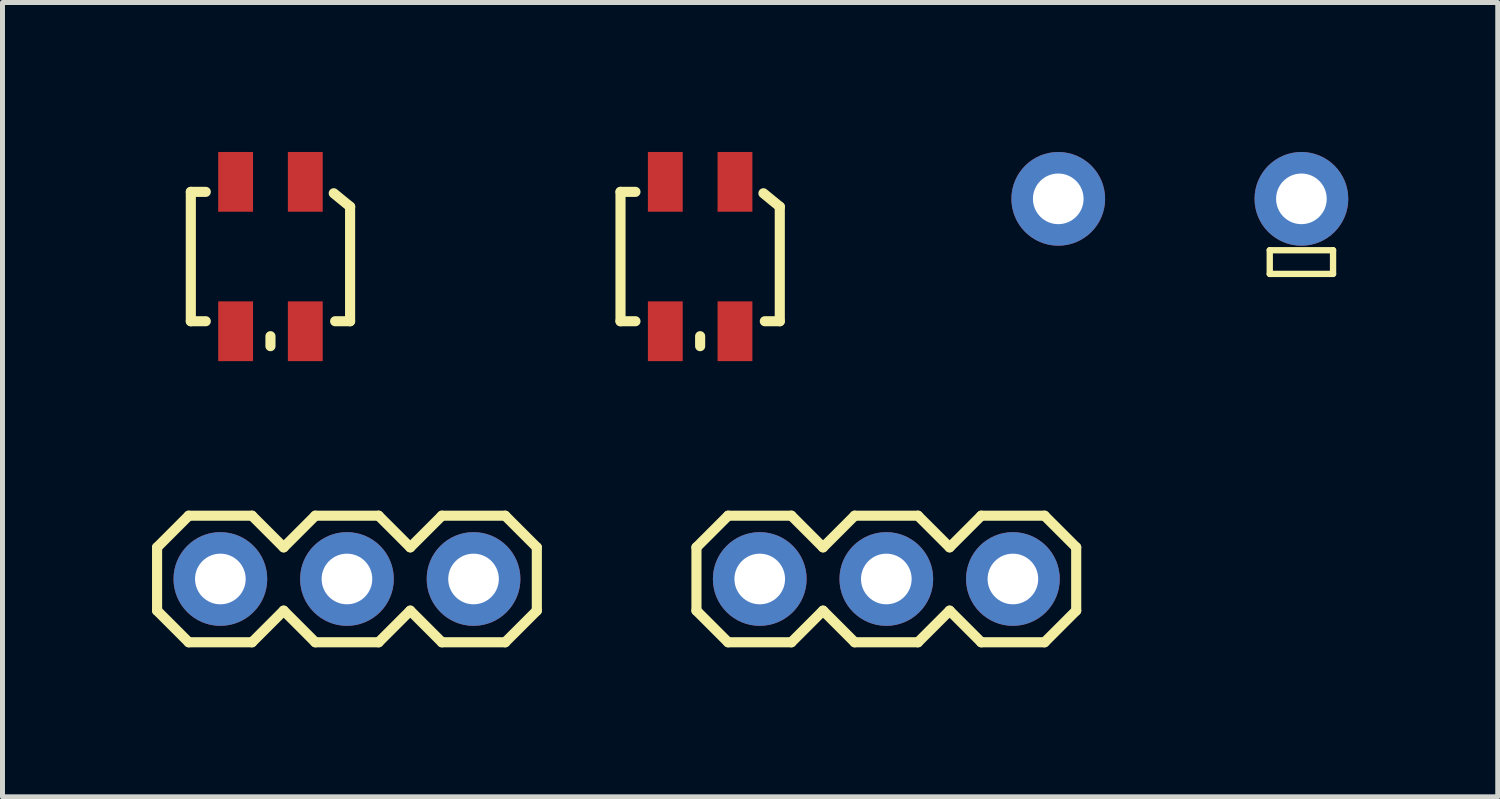
<source format=kicad_pcb>
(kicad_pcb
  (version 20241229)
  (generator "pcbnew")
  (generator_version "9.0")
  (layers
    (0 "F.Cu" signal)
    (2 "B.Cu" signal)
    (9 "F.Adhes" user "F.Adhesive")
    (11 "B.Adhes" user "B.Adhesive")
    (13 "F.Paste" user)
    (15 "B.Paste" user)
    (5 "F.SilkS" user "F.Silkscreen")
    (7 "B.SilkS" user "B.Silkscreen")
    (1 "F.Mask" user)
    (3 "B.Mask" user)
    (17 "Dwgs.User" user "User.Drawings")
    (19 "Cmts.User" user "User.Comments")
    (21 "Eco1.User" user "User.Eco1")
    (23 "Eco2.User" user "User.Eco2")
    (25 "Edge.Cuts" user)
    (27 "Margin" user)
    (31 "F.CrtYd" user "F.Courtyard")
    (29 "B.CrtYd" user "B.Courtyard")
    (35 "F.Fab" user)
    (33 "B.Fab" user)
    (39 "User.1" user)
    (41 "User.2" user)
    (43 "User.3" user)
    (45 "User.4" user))
  (footprint "M03_SILK_1SQ"
    (layer "F.Cu")
    (at 14.735 8.568)
    (property "Reference" "M03_SILK_1SQ" (at 0 0 0) (layer "Cmts.User") (effects (font (size 0.001 0.001) (thickness 0.000001))))
    (attr through_hole)
    (fp_line (start -3.81 -0.635) (end -3.81 0.635) (stroke (width 0.203) (type solid)) (layer "F.SilkS"))
    (fp_line (start -3.81 0.635) (end -3.175 1.27) (stroke (width 0.203) (type solid)) (layer "F.SilkS"))
    (fp_line (start -3.175 -1.27) (end -3.81 -0.635) (stroke (width 0.203) (type solid)) (layer "F.SilkS"))
    (fp_line (start -3.175 -1.27) (end -1.905 -1.27) (stroke (width 0.203) (type solid)) (layer "F.SilkS"))
    (fp_line (start -1.905 -1.27) (end -1.27 -0.635) (stroke (width 0.203) (type solid)) (layer "F.SilkS"))
    (fp_line (start -1.905 1.27) (end -3.175 1.27) (stroke (width 0.203) (type solid)) (layer "F.SilkS"))
    (fp_line (start -1.27 -0.635) (end -0.635 -1.27) (stroke (width 0.203) (type solid)) (layer "F.SilkS"))
    (fp_line (start -1.27 0.635) (end -1.905 1.27) (stroke (width 0.203) (type solid)) (layer "F.SilkS"))
    (fp_line (start -0.635 -1.27) (end 0.635 -1.27) (stroke (width 0.203) (type solid)) (layer "F.SilkS"))
    (fp_line (start -0.635 1.27) (end -1.27 0.635) (stroke (width 0.203) (type solid)) (layer "F.SilkS"))
    (fp_line (start 0.635 -1.27) (end 1.27 -0.635) (stroke (width 0.203) (type solid)) (layer "F.SilkS"))
    (fp_line (start 0.635 1.27) (end -0.635 1.27) (stroke (width 0.203) (type solid)) (layer "F.SilkS"))
    (fp_line (start 1.27 -0.635) (end 1.905 -1.27) (stroke (width 0.203) (type solid)) (layer "F.SilkS"))
    (fp_line (start 1.27 0.635) (end 0.635 1.27) (stroke (width 0.203) (type solid)) (layer "F.SilkS"))
    (fp_line (start 1.905 -1.27) (end 3.175 -1.27) (stroke (width 0.203) (type solid)) (layer "F.SilkS"))
    (fp_line (start 1.905 1.27) (end 1.27 0.635) (stroke (width 0.203) (type solid)) (layer "F.SilkS"))
    (fp_line (start 3.175 -1.27) (end 3.81 -0.635) (stroke (width 0.203) (type solid)) (layer "F.SilkS"))
    (fp_line (start 3.175 1.27) (end 1.905 1.27) (stroke (width 0.203) (type solid)) (layer "F.SilkS"))
    (fp_line (start 3.81 -0.635) (end 3.81 0.635) (stroke (width 0.203) (type solid)) (layer "F.SilkS"))
    (fp_line (start 3.81 0.635) (end 3.175 1.27) (stroke (width 0.203) (type solid)) (layer "F.SilkS"))
    (fp_line (start -2.794 -0.254) (end -2.794 0.254) (stroke (width 0.127) (type solid)) (layer "Cmts.User"))
    (fp_line (start -2.794 0.254) (end -2.286 0.254) (stroke (width 0.127) (type solid)) (layer "Cmts.User"))
    (fp_line (start -2.286 -0.254) (end -2.794 -0.254) (stroke (width 0.127) (type solid)) (layer "Cmts.User"))
    (fp_line (start -2.286 0.254) (end -2.286 -0.254) (stroke (width 0.127) (type solid)) (layer "Cmts.User"))
    (fp_line (start -0.254 -0.254) (end -0.254 0.254) (stroke (width 0.127) (type solid)) (layer "Cmts.User"))
    (fp_line (start -0.254 0.254) (end 0.254 0.254) (stroke (width 0.127) (type solid)) (layer "Cmts.User"))
    (fp_line (start 0.254 -0.254) (end -0.254 -0.254) (stroke (width 0.127) (type solid)) (layer "Cmts.User"))
    (fp_line (start 0.254 0.254) (end 0.254 -0.254) (stroke (width 0.127) (type solid)) (layer "Cmts.User"))
    (fp_line (start 2.286 -0.254) (end 2.286 0.254) (stroke (width 0.127) (type solid)) (layer "Cmts.User"))
    (fp_line (start 2.286 0.254) (end 2.794 0.254) (stroke (width 0.127) (type solid)) (layer "Cmts.User"))
    (fp_line (start 2.794 -0.254) (end 2.286 -0.254) (stroke (width 0.127) (type solid)) (layer "Cmts.User"))
    (fp_line (start 2.794 0.254) (end 2.794 -0.254) (stroke (width 0.127) (type solid)) (layer "Cmts.User"))
    (pad "1" thru_hole oval (at -2.54 0 90) (size 1.88 1.88) (drill 1.016) (layers "*.Cu" "*.Mask"))
    (pad "2" thru_hole oval (at 0 0 90) (size 1.88 1.88) (drill 1.016) (layers "*.Cu" "*.Mask"))
    (pad "3" thru_hole oval (at 2.54 0 90) (size 1.88 1.88) (drill 1.016) (layers "*.Cu" "*.Mask")))
  (footprint "LED-RGB-SMD"
    (layer "F.Cu")
    (at 2.377 2.098)
    (property "Reference" "LED-RGB-SMD" (at -0.079 -0.396 0) (layer "Eco1.User") (effects (font (size 0.406 0.406) (thickness 0.03))))
    (attr through_hole)
    (fp_line (start -1.598 -1.298) (end -1.598 1.298) (stroke (width 0.203) (type solid)) (layer "F.SilkS"))
    (fp_line (start -1.598 1.298) (end -1.298 1.298) (stroke (width 0.203) (type solid)) (layer "F.SilkS"))
    (fp_line (start -1.298 -1.298) (end -1.598 -1.298) (stroke (width 0.203) (type solid)) (layer "F.SilkS"))
    (fp_line (start 0 1.598) (end 0 1.798) (stroke (width 0.203) (type solid)) (layer "F.SilkS"))
    (fp_line (start 1.27 -1.27) (end 1.6 -1) (stroke (width 0.203) (type solid)) (layer "F.SilkS"))
    (fp_line (start 1.598 -1) (end 1.598 1.298) (stroke (width 0.203) (type solid)) (layer "F.SilkS"))
    (fp_line (start 1.598 1.298) (end 1.298 1.298) (stroke (width 0.203) (type solid)) (layer "F.SilkS"))
    (pad "A" smd rect (at 0.699 1.499) (size 0.699 1.199) (layers "F.Cu" "F.Mask" "F.Paste"))
    (pad "B" smd rect (at 0.699 -1.499) (size 0.699 1.199) (layers "F.Cu" "F.Mask" "F.Paste"))
    (pad "G" smd rect (at -0.699 -1.499) (size 0.699 1.199) (layers "F.Cu" "F.Mask" "F.Paste"))
    (pad "R" smd rect (at -0.699 1.499) (size 0.699 1.199) (layers "F.Cu" "F.Mask" "F.Paste")))
  (footprint "LED-RGB-SMD-1210"
    (layer "F.Cu")
    (at 10.999 2.098)
    (property "Reference" "LED-RGB-SMD-1210" (at -0.079 -0.396 0) (layer "Eco1.User") (effects (font (size 0.406 0.406) (thickness 0.03))))
    (attr through_hole)
    (fp_line (start -1.598 -1.298) (end -1.598 1.298) (stroke (width 0.203) (type solid)) (layer "F.SilkS"))
    (fp_line (start -1.598 1.298) (end -1.298 1.298) (stroke (width 0.203) (type solid)) (layer "F.SilkS"))
    (fp_line (start -1.298 -1.298) (end -1.598 -1.298) (stroke (width 0.203) (type solid)) (layer "F.SilkS"))
    (fp_line (start 0 1.598) (end 0 1.798) (stroke (width 0.203) (type solid)) (layer "F.SilkS"))
    (fp_line (start 1.27 -1.27) (end 1.6 -1) (stroke (width 0.203) (type solid)) (layer "F.SilkS"))
    (fp_line (start 1.598 -1) (end 1.598 1.298) (stroke (width 0.203) (type solid)) (layer "F.SilkS"))
    (fp_line (start 1.598 1.298) (end 1.298 1.298) (stroke (width 0.203) (type solid)) (layer "F.SilkS"))
    (pad "A" smd rect (at 0.699 1.499) (size 0.699 1.199) (layers "F.Cu" "F.Mask" "F.Paste"))
    (pad "B" smd rect (at 0.699 -1.499) (size 0.699 1.199) (layers "F.Cu" "F.Mask" "F.Paste"))
    (pad "G" smd rect (at -0.699 -1.499) (size 0.699 1.199) (layers "F.Cu" "F.Mask" "F.Paste"))
    (pad "R" smd rect (at -0.699 1.499) (size 0.699 1.199) (layers "F.Cu" "F.Mask" "F.Paste")))
  (footprint "M01_NOSILK"
    (layer "F.Cu")
    (at 18.185 0.94)
    (property "Reference" "M01_NOSILK" (at 0 0 0) (layer "Cmts.User") (effects (font (size 0.001 0.001) (thickness 0.000001))))
    (attr through_hole)
    (fp_line (start -0.254 -0.254) (end -0.254 0.254) (stroke (width 0.127) (type solid)) (layer "Cmts.User"))
    (fp_line (start -0.254 0.254) (end 0.254 0.254) (stroke (width 0.127) (type solid)) (layer "Cmts.User"))
    (fp_line (start 0.254 -0.254) (end -0.254 -0.254) (stroke (width 0.127) (type solid)) (layer "Cmts.User"))
    (fp_line (start 0.254 0.254) (end 0.254 -0.254) (stroke (width 0.127) (type solid)) (layer "Cmts.User"))
    (pad "1" thru_hole oval (at 0 0 90) (size 1.88 1.88) (drill 1.016) (layers "*.Cu" "*.Mask")))
  (footprint "M01_SIDESILK"
    (layer "F.Cu")
    (at 23.064 0.94)
    (property "Reference" "M01_SIDESILK" (at 0 0 0) (layer "Cmts.User") (effects (font (size 0.001 0.001) (thickness 0.000001))))
    (attr through_hole)
    (fp_line (start -0.635 1.031) (end -0.635 1.506) (stroke (width 0.127) (type solid)) (layer "F.SilkS"))
    (fp_line (start -0.635 1.506) (end 0.635 1.506) (stroke (width 0.127) (type solid)) (layer "F.SilkS"))
    (fp_line (start 0.635 1.031) (end -0.635 1.031) (stroke (width 0.127) (type solid)) (layer "F.SilkS"))
    (fp_line (start 0.635 1.506) (end 0.635 1.031) (stroke (width 0.127) (type solid)) (layer "F.SilkS"))
    (fp_line (start -0.254 -0.254) (end -0.254 0.254) (stroke (width 0.127) (type solid)) (layer "Cmts.User"))
    (fp_line (start -0.254 0.254) (end 0.254 0.254) (stroke (width 0.127) (type solid)) (layer "Cmts.User"))
    (fp_line (start 0.254 -0.254) (end -0.254 -0.254) (stroke (width 0.127) (type solid)) (layer "Cmts.User"))
    (fp_line (start 0.254 0.254) (end 0.254 -0.254) (stroke (width 0.127) (type solid)) (layer "Cmts.User"))
    (pad "1" thru_hole oval (at 0 0 90) (size 1.88 1.88) (drill 1.016) (layers "*.Cu" "*.Mask")))
  (footprint "M03_SILK"
    (layer "F.Cu")
    (at 3.912 8.568)
    (property "Reference" "M03_SILK" (at 0 0 0) (layer "Cmts.User") (effects (font (size 0.001 0.001) (thickness 0.000001))))
    (attr through_hole)
    (fp_line (start -3.81 -0.635) (end -3.81 0.635) (stroke (width 0.203) (type solid)) (layer "F.SilkS"))
    (fp_line (start -3.81 0.635) (end -3.175 1.27) (stroke (width 0.203) (type solid)) (layer "F.SilkS"))
    (fp_line (start -3.175 -1.27) (end -3.81 -0.635) (stroke (width 0.203) (type solid)) (layer "F.SilkS"))
    (fp_line (start -3.175 -1.27) (end -1.905 -1.27) (stroke (width 0.203) (type solid)) (layer "F.SilkS"))
    (fp_line (start -1.905 -1.27) (end -1.27 -0.635) (stroke (width 0.203) (type solid)) (layer "F.SilkS"))
    (fp_line (start -1.905 1.27) (end -3.175 1.27) (stroke (width 0.203) (type solid)) (layer "F.SilkS"))
    (fp_line (start -1.27 -0.635) (end -0.635 -1.27) (stroke (width 0.203) (type solid)) (layer "F.SilkS"))
    (fp_line (start -1.27 0.635) (end -1.905 1.27) (stroke (width 0.203) (type solid)) (layer "F.SilkS"))
    (fp_line (start -0.635 -1.27) (end 0.635 -1.27) (stroke (width 0.203) (type solid)) (layer "F.SilkS"))
    (fp_line (start -0.635 1.27) (end -1.27 0.635) (stroke (width 0.203) (type solid)) (layer "F.SilkS"))
    (fp_line (start 0.635 -1.27) (end 1.27 -0.635) (stroke (width 0.203) (type solid)) (layer "F.SilkS"))
    (fp_line (start 0.635 1.27) (end -0.635 1.27) (stroke (width 0.203) (type solid)) (layer "F.SilkS"))
    (fp_line (start 1.27 -0.635) (end 1.905 -1.27) (stroke (width 0.203) (type solid)) (layer "F.SilkS"))
    (fp_line (start 1.27 0.635) (end 0.635 1.27) (stroke (width 0.203) (type solid)) (layer "F.SilkS"))
    (fp_line (start 1.905 -1.27) (end 3.175 -1.27) (stroke (width 0.203) (type solid)) (layer "F.SilkS"))
    (fp_line (start 1.905 1.27) (end 1.27 0.635) (stroke (width 0.203) (type solid)) (layer "F.SilkS"))
    (fp_line (start 3.175 -1.27) (end 3.81 -0.635) (stroke (width 0.203) (type solid)) (layer "F.SilkS"))
    (fp_line (start 3.175 1.27) (end 1.905 1.27) (stroke (width 0.203) (type solid)) (layer "F.SilkS"))
    (fp_line (start 3.81 -0.635) (end 3.81 0.635) (stroke (width 0.203) (type solid)) (layer "F.SilkS"))
    (fp_line (start 3.81 0.635) (end 3.175 1.27) (stroke (width 0.203) (type solid)) (layer "F.SilkS"))
    (fp_line (start -2.794 -0.254) (end -2.794 0.254) (stroke (width 0.127) (type solid)) (layer "Cmts.User"))
    (fp_line (start -2.794 0.254) (end -2.286 0.254) (stroke (width 0.127) (type solid)) (layer "Cmts.User"))
    (fp_line (start -2.286 -0.254) (end -2.794 -0.254) (stroke (width 0.127) (type solid)) (layer "Cmts.User"))
    (fp_line (start -2.286 0.254) (end -2.286 -0.254) (stroke (width 0.127) (type solid)) (layer "Cmts.User"))
    (fp_line (start -0.254 -0.254) (end -0.254 0.254) (stroke (width 0.127) (type solid)) (layer "Cmts.User"))
    (fp_line (start -0.254 0.254) (end 0.254 0.254) (stroke (width 0.127) (type solid)) (layer "Cmts.User"))
    (fp_line (start 0.254 -0.254) (end -0.254 -0.254) (stroke (width 0.127) (type solid)) (layer "Cmts.User"))
    (fp_line (start 0.254 0.254) (end 0.254 -0.254) (stroke (width 0.127) (type solid)) (layer "Cmts.User"))
    (fp_line (start 2.286 -0.254) (end 2.286 0.254) (stroke (width 0.127) (type solid)) (layer "Cmts.User"))
    (fp_line (start 2.286 0.254) (end 2.794 0.254) (stroke (width 0.127) (type solid)) (layer "Cmts.User"))
    (fp_line (start 2.794 -0.254) (end 2.286 -0.254) (stroke (width 0.127) (type solid)) (layer "Cmts.User"))
    (fp_line (start 2.794 0.254) (end 2.794 -0.254) (stroke (width 0.127) (type solid)) (layer "Cmts.User"))
    (pad "1" thru_hole oval (at -2.54 0 90) (size 1.88 1.88) (drill 1.016) (layers "*.Cu" "*.Mask"))
    (pad "2" thru_hole oval (at 0 0 90) (size 1.88 1.88) (drill 1.016) (layers "*.Cu" "*.Mask"))
    (pad "3" thru_hole oval (at 2.54 0 90) (size 1.88 1.88) (drill 1.016) (layers "*.Cu" "*.Mask")))
  (gr_rect
    (start -3 -3)
    (end 27.004 12.939)
    (stroke (width 0.1) (type default))
    (fill no)
    (layer "Edge.Cuts")))
</source>
